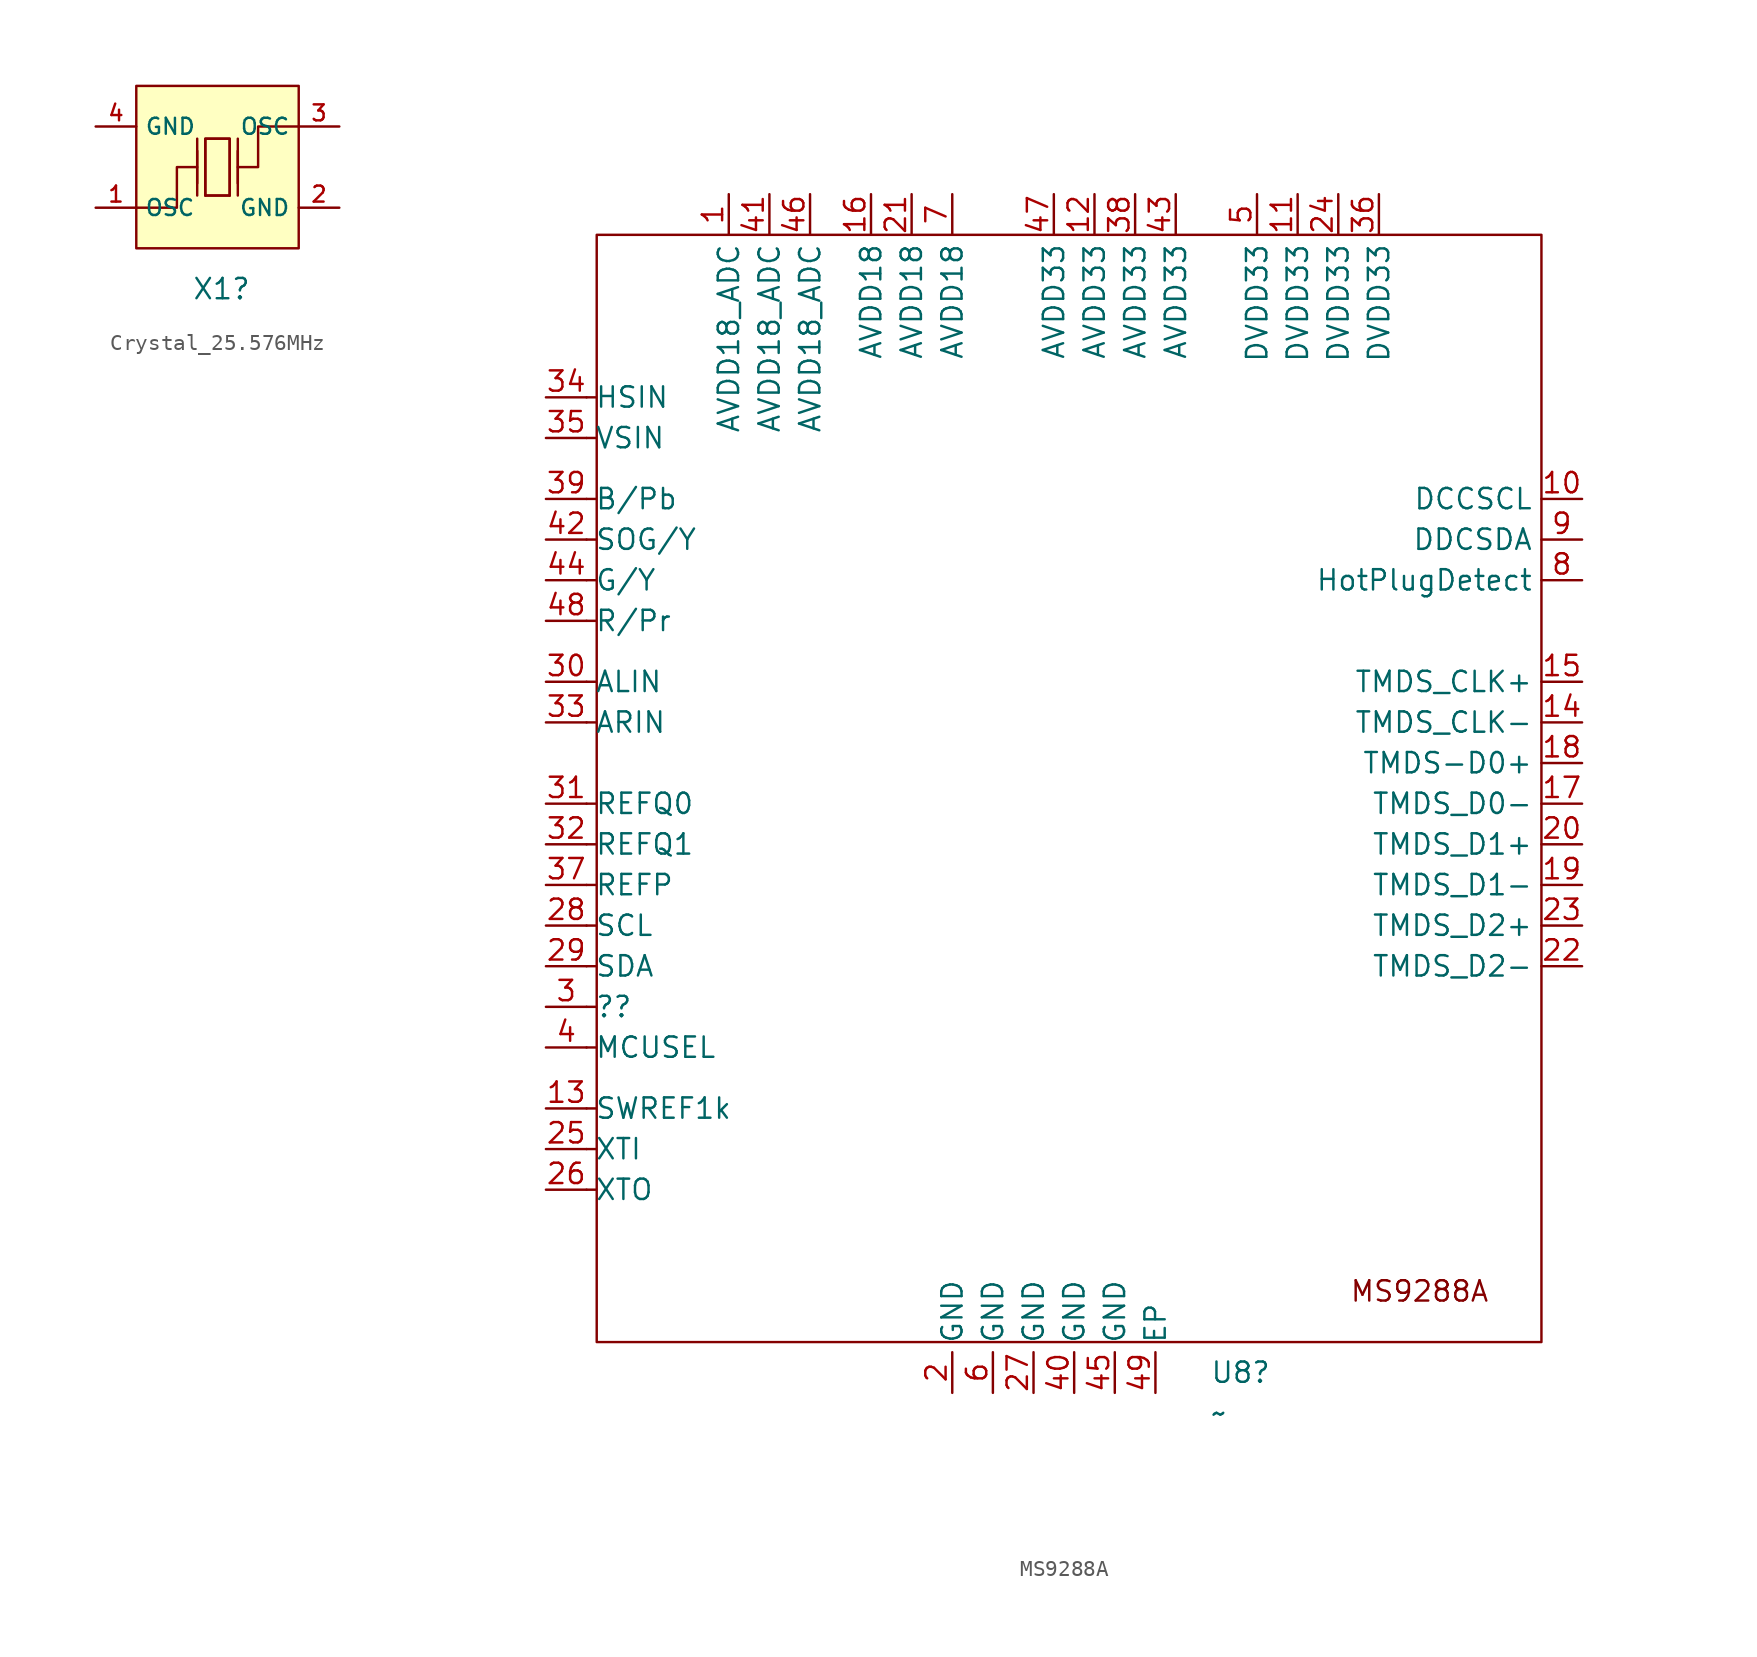
<source format=kicad_sym>
(kicad_symbol_lib
  (version 20241209)
  (generator "kicad_symbol_editor")
  (generator_version "9.0")
  (symbol "Crystal_25.576MHz"
    (property "Reference" "X1"
      (at 0.254 -7.62 0)
      (effects (font (size 1.27 1.27))))
    (symbol "Crystal_25.576MHz_0_1"
      (rectangle (start -5.08 5.08) (end 5.08 -5.08) (stroke (width 0) (type default)) (fill (type background)))
      (polyline (pts (xy -5.08 -2.54) (xy -2.54 -2.54) (xy -2.54 0) (xy -1.27 0)) (stroke (width 0) (type default)) (fill (type none)))
      (polyline (pts (xy -1.27 -1.016) (xy -1.27 1.016)) (stroke (width 0) (type default)) (fill (type none)))
      (polyline (pts (xy -1.27 -1.778) (xy -1.27 1.778)) (stroke (width 0) (type default)) (fill (type none)))
      (polyline (pts (xy -0.762 -1.778) (xy -0.762 1.778) (xy 0.762 1.778) (xy 0.762 -1.778)) (stroke (width 0) (type default)) (fill (type none)))
      (polyline (pts (xy 0.762 1.778) (xy 0.762 -1.778) (xy -0.762 -1.778) (xy -0.762 1.778) (xy 0.762 1.778)) (stroke (width 0) (type default)) (fill (type none)))
      (polyline (pts (xy 0.762 -1.778) (xy -0.762 -1.778)) (stroke (width 0) (type default)) (fill (type none)))
      (polyline (pts (xy 1.27 -1.016) (xy 1.27 1.016)) (stroke (width 0) (type default)) (fill (type none)))
      (polyline (pts (xy 1.27 -1.778) (xy 1.27 1.778)) (stroke (width 0) (type default)) (fill (type none)))
      (polyline (pts (xy 5.08 2.54) (xy 2.54 2.54) (xy 2.54 0) (xy 1.27 0)) (stroke (width 0) (type default)) (fill (type none)))
      (pin unspecified line (at -7.62 2.54 0) (length 2.54) (name "GND" (effects (font (size 1 1)))) (number "4" (effects (font (size 1 1)))))
      (pin unspecified line (at 7.62 -2.54 180) (length 2.54) (name "GND" (effects (font (size 1 1)))) (number "2" (effects (font (size 1 1))))))
    (symbol "Crystal_25.576MHz_1_1"
      (pin unspecified line (at -7.62 -2.54 0) (length 2.54) (name "OSC" (effects (font (size 1 1)))) (number "1" (effects (font (size 1 1)))))
      (pin unspecified line (at 7.62 2.54 180) (length 2.54) (name "OSC" (effects (font (size 1 1)))) (number "3" (effects (font (size 1 1)))))))
  (symbol "MS9288A"
    (property "Reference" "U8"
      (at 8.493 -36.83 0)
      (effects (font (size 1.27 1.27)) (justify left)))
    (property "Value" "~"
      (at 8.493 -39.37 0)
      (effects (font (size 1.27 1.27)) (justify left)))
    (symbol "MS9288A_0_1"
      (polyline (pts (xy -30.48 24.13) (xy -29.913 24.13)) (stroke (width 0) (type default)) (fill (type none)))
      (polyline (pts (xy -30.48 21.59) (xy -29.913 21.59)) (stroke (width 0) (type default)) (fill (type none)))
      (polyline (pts (xy -30.48 17.78) (xy -29.913 17.78)) (stroke (width 0) (type default)) (fill (type none)))
      (polyline (pts (xy -30.48 15.24) (xy -29.913 15.24)) (stroke (width 0) (type default)) (fill (type none)))
      (polyline (pts (xy -30.48 12.7) (xy -29.913 12.7)) (stroke (width 0) (type default)) (fill (type none)))
      (polyline (pts (xy -30.48 10.16) (xy -29.913 10.16)) (stroke (width 0) (type default)) (fill (type none)))
      (polyline (pts (xy -30.48 6.35) (xy -29.913 6.35)) (stroke (width 0) (type default)) (fill (type none)))
      (polyline (pts (xy -30.48 3.81) (xy -29.913 3.81)) (stroke (width 0) (type default)) (fill (type none)))
      (polyline (pts (xy -30.48 -1.27) (xy -29.913 -1.27)) (stroke (width 0) (type default)) (fill (type none)))
      (polyline (pts (xy -30.48 -3.81) (xy -29.913 -3.81)) (stroke (width 0) (type default)) (fill (type none)))
      (polyline (pts (xy -30.48 -6.35) (xy -29.913 -6.35)) (stroke (width 0) (type default)) (fill (type none)))
      (polyline (pts (xy -30.48 -8.89) (xy -29.913 -8.89)) (stroke (width 0) (type default)) (fill (type none)))
      (polyline (pts (xy -30.48 -11.43) (xy -29.913 -11.43)) (stroke (width 0) (type default)) (fill (type none)))
      (polyline (pts (xy -30.48 -13.97) (xy -29.913 -13.97)) (stroke (width 0) (type default)) (fill (type none)))
      (polyline (pts (xy -30.48 -16.51) (xy -29.913 -16.51)) (stroke (width 0) (type default)) (fill (type none)))
      (polyline (pts (xy -30.48 -20.32) (xy -29.913 -20.32)) (stroke (width 0) (type default)) (fill (type none)))
      (polyline (pts (xy -30.48 -22.86) (xy -29.913 -22.86)) (stroke (width 0) (type default)) (fill (type none)))
      (polyline (pts (xy -30.48 -25.4) (xy -29.913 -25.4)) (stroke (width 0) (type default)) (fill (type none)))
      (rectangle (start -29.845 34.29) (end 29.21 -34.925) (stroke (width 0) (type default)) (fill (type none))))
    (symbol "MS9288A_1_1"
      (text "MS9288A" (at 21.59 -31.75 0) (effects (font (size 1.27 1.27))))
      (pin input line (at -33.02 24.13 0) (length 2.54) (name "HSIN" (effects (font (size 1.27 1.27)))) (number "34" (effects (font (size 1.27 1.27)))))
      (pin input line (at -33.02 21.59 0) (length 2.54) (name "VSIN" (effects (font (size 1.27 1.27)))) (number "35" (effects (font (size 1.27 1.27)))))
      (pin input line (at -33.02 17.78 0) (length 2.54) (name "B/Pb" (effects (font (size 1.27 1.27)))) (number "39" (effects (font (size 1.27 1.27)))))
      (pin input line (at -33.02 15.24 0) (length 2.54) (name "SOG/Y" (effects (font (size 1.27 1.27)))) (number "42" (effects (font (size 1.27 1.27)))))
      (pin input line (at -33.02 12.7 0) (length 2.54) (name "G/Y" (effects (font (size 1.27 1.27)))) (number "44" (effects (font (size 1.27 1.27)))))
      (pin input line (at -33.02 10.16 0) (length 2.54) (name "R/Pr" (effects (font (size 1.27 1.27)))) (number "48" (effects (font (size 1.27 1.27)))))
      (pin input line (at -33.02 6.35 0) (length 2.54) (name "ALIN" (effects (font (size 1.27 1.27)))) (number "30" (effects (font (size 1.27 1.27)))))
      (pin input line (at -33.02 3.81 0) (length 2.54) (name "ARIN" (effects (font (size 1.27 1.27)))) (number "33" (effects (font (size 1.27 1.27)))))
      (pin input line (at -33.02 -1.27 0) (length 2.54) (name "REFQ0" (effects (font (size 1.27 1.27)))) (number "31" (effects (font (size 1.27 1.27)))))
      (pin input line (at -33.02 -3.81 0) (length 2.54) (name "REFQ1" (effects (font (size 1.27 1.27)))) (number "32" (effects (font (size 1.27 1.27)))))
      (pin input line (at -33.02 -6.35 0) (length 2.54) (name "REFP" (effects (font (size 1.27 1.27)))) (number "37" (effects (font (size 1.27 1.27)))))
      (pin input line (at -33.02 -8.89 0) (length 2.54) (name "SCL" (effects (font (size 1.27 1.27)))) (number "28" (effects (font (size 1.27 1.27)))))
      (pin input line (at -33.02 -11.43 0) (length 2.54) (name "SDA" (effects (font (size 1.27 1.27)))) (number "29" (effects (font (size 1.27 1.27)))))
      (pin input line (at -33.02 -13.97 0) (length 2.54) (name "??" (effects (font (size 1.27 1.27)))) (number "3" (effects (font (size 1.27 1.27)))))
      (pin input line (at -33.02 -16.51 0) (length 2.54) (name "MCUSEL" (effects (font (size 1.27 1.27)))) (number "4" (effects (font (size 1.27 1.27)))))
      (pin input line (at -33.02 -20.32 0) (length 2.54) (name "SWREF1k" (effects (font (size 1.27 1.27)))) (number "13" (effects (font (size 1.27 1.27)))))
      (pin input line (at -33.02 -22.86 0) (length 2.54) (name "XTI" (effects (font (size 1.27 1.27)))) (number "25" (effects (font (size 1.27 1.27)))))
      (pin input line (at -33.02 -25.4 0) (length 2.54) (name "XTO" (effects (font (size 1.27 1.27)))) (number "26" (effects (font (size 1.27 1.27)))))
      (pin input line (at -21.59 36.83 270) (length 2.54) (name "AVDD18_ADC" (effects (font (size 1.27 1.27)))) (number "1" (effects (font (size 1.27 1.27)))))
      (pin input line (at -19.05 36.83 270) (length 2.54) (name "AVDD18_ADC" (effects (font (size 1.27 1.27)))) (number "41" (effects (font (size 1.27 1.27)))))
      (pin input line (at -16.51 36.83 270) (length 2.54) (name "AVDD18_ADC" (effects (font (size 1.27 1.27)))) (number "46" (effects (font (size 1.27 1.27)))))
      (pin input line (at -12.7 36.83 270) (length 2.54) (name "AVDD18" (effects (font (size 1.27 1.27)))) (number "16" (effects (font (size 1.27 1.27)))))
      (pin input line (at -10.16 36.83 270) (length 2.54) (name "AVDD18" (effects (font (size 1.27 1.27)))) (number "21" (effects (font (size 1.27 1.27)))))
      (pin input line (at -7.62 36.83 270) (length 2.54) (name "AVDD18" (effects (font (size 1.27 1.27)))) (number "7" (effects (font (size 1.27 1.27)))))
      (pin input line (at -7.62 -38.1 90) (length 2.54) (name "GND" (effects (font (size 1.27 1.27)))) (number "2" (effects (font (size 1.27 1.27)))))
      (pin input line (at -5.08 -38.1 90) (length 2.54) (name "GND" (effects (font (size 1.27 1.27)))) (number "6" (effects (font (size 1.27 1.27)))))
      (pin input line (at -2.54 -38.1 90) (length 2.54) (name "GND" (effects (font (size 1.27 1.27)))) (number "27" (effects (font (size 1.27 1.27)))))
      (pin input line (at -1.27 36.83 270) (length 2.54) (name "AVDD33" (effects (font (size 1.27 1.27)))) (number "47" (effects (font (size 1.27 1.27)))))
      (pin input line (at 0 -38.1 90) (length 2.54) (name "GND" (effects (font (size 1.27 1.27)))) (number "40" (effects (font (size 1.27 1.27)))))
      (pin input line (at 1.27 36.83 270) (length 2.54) (name "AVDD33" (effects (font (size 1.27 1.27)))) (number "12" (effects (font (size 1.27 1.27)))))
      (pin input line (at 2.54 -38.1 90) (length 2.54) (name "GND" (effects (font (size 1.27 1.27)))) (number "45" (effects (font (size 1.27 1.27)))))
      (pin input line (at 3.81 36.83 270) (length 2.54) (name "AVDD33" (effects (font (size 1.27 1.27)))) (number "38" (effects (font (size 1.27 1.27)))))
      (pin input line (at 5.08 -38.1 90) (length 2.54) (name "EP" (effects (font (size 1.27 1.27)))) (number "49" (effects (font (size 1.27 1.27)))))
      (pin input line (at 6.35 36.83 270) (length 2.54) (name "AVDD33" (effects (font (size 1.27 1.27)))) (number "43" (effects (font (size 1.27 1.27)))))
      (pin input line (at 11.43 36.83 270) (length 2.54) (name "DVDD33" (effects (font (size 1.27 1.27)))) (number "5" (effects (font (size 1.27 1.27)))))
      (pin input line (at 13.97 36.83 270) (length 2.54) (name "DVDD33" (effects (font (size 1.27 1.27)))) (number "11" (effects (font (size 1.27 1.27)))))
      (pin input line (at 16.51 36.83 270) (length 2.54) (name "DVDD33" (effects (font (size 1.27 1.27)))) (number "24" (effects (font (size 1.27 1.27)))))
      (pin input line (at 19.05 36.83 270) (length 2.54) (name "DVDD33" (effects (font (size 1.27 1.27)))) (number "36" (effects (font (size 1.27 1.27)))))
      (pin input line (at 31.75 17.78 180) (length 2.54) (name "DCCSCL" (effects (font (size 1.27 1.27)))) (number "10" (effects (font (size 1.27 1.27)))))
      (pin input line (at 31.75 15.24 180) (length 2.54) (name "DDCSDA" (effects (font (size 1.27 1.27)))) (number "9" (effects (font (size 1.27 1.27)))))
      (pin input line (at 31.75 12.7 180) (length 2.54) (name "HotPlugDetect" (effects (font (size 1.27 1.27)))) (number "8" (effects (font (size 1.27 1.27)))))
      (pin output line (at 31.75 6.35 180) (length 2.54) (name "TMDS_CLK+" (effects (font (size 1.27 1.27)))) (number "15" (effects (font (size 1.27 1.27)))))
      (pin output line (at 31.75 3.81 180) (length 2.54) (name "TMDS_CLK-" (effects (font (size 1.27 1.27)))) (number "14" (effects (font (size 1.27 1.27)))))
      (pin output line (at 31.75 1.27 180) (length 2.54) (name "TMDS-D0+" (effects (font (size 1.27 1.27)))) (number "18" (effects (font (size 1.27 1.27)))))
      (pin output line (at 31.75 -1.27 180) (length 2.54) (name "TMDS_D0-" (effects (font (size 1.27 1.27)))) (number "17" (effects (font (size 1.27 1.27)))))
      (pin output line (at 31.75 -3.81 180) (length 2.54) (name "TMDS_D1+" (effects (font (size 1.27 1.27)))) (number "20" (effects (font (size 1.27 1.27)))))
      (pin output line (at 31.75 -6.35 180) (length 2.54) (name "TMDS_D1-" (effects (font (size 1.27 1.27)))) (number "19" (effects (font (size 1.27 1.27)))))
      (pin output line (at 31.75 -8.89 180) (length 2.54) (name "TMDS_D2+" (effects (font (size 1.27 1.27)))) (number "23" (effects (font (size 1.27 1.27)))))
      (pin output line (at 31.75 -11.43 180) (length 2.54) (name "TMDS_D2-" (effects (font (size 1.27 1.27)))) (number "22" (effects (font (size 1.27 1.27))))))))
</source>
